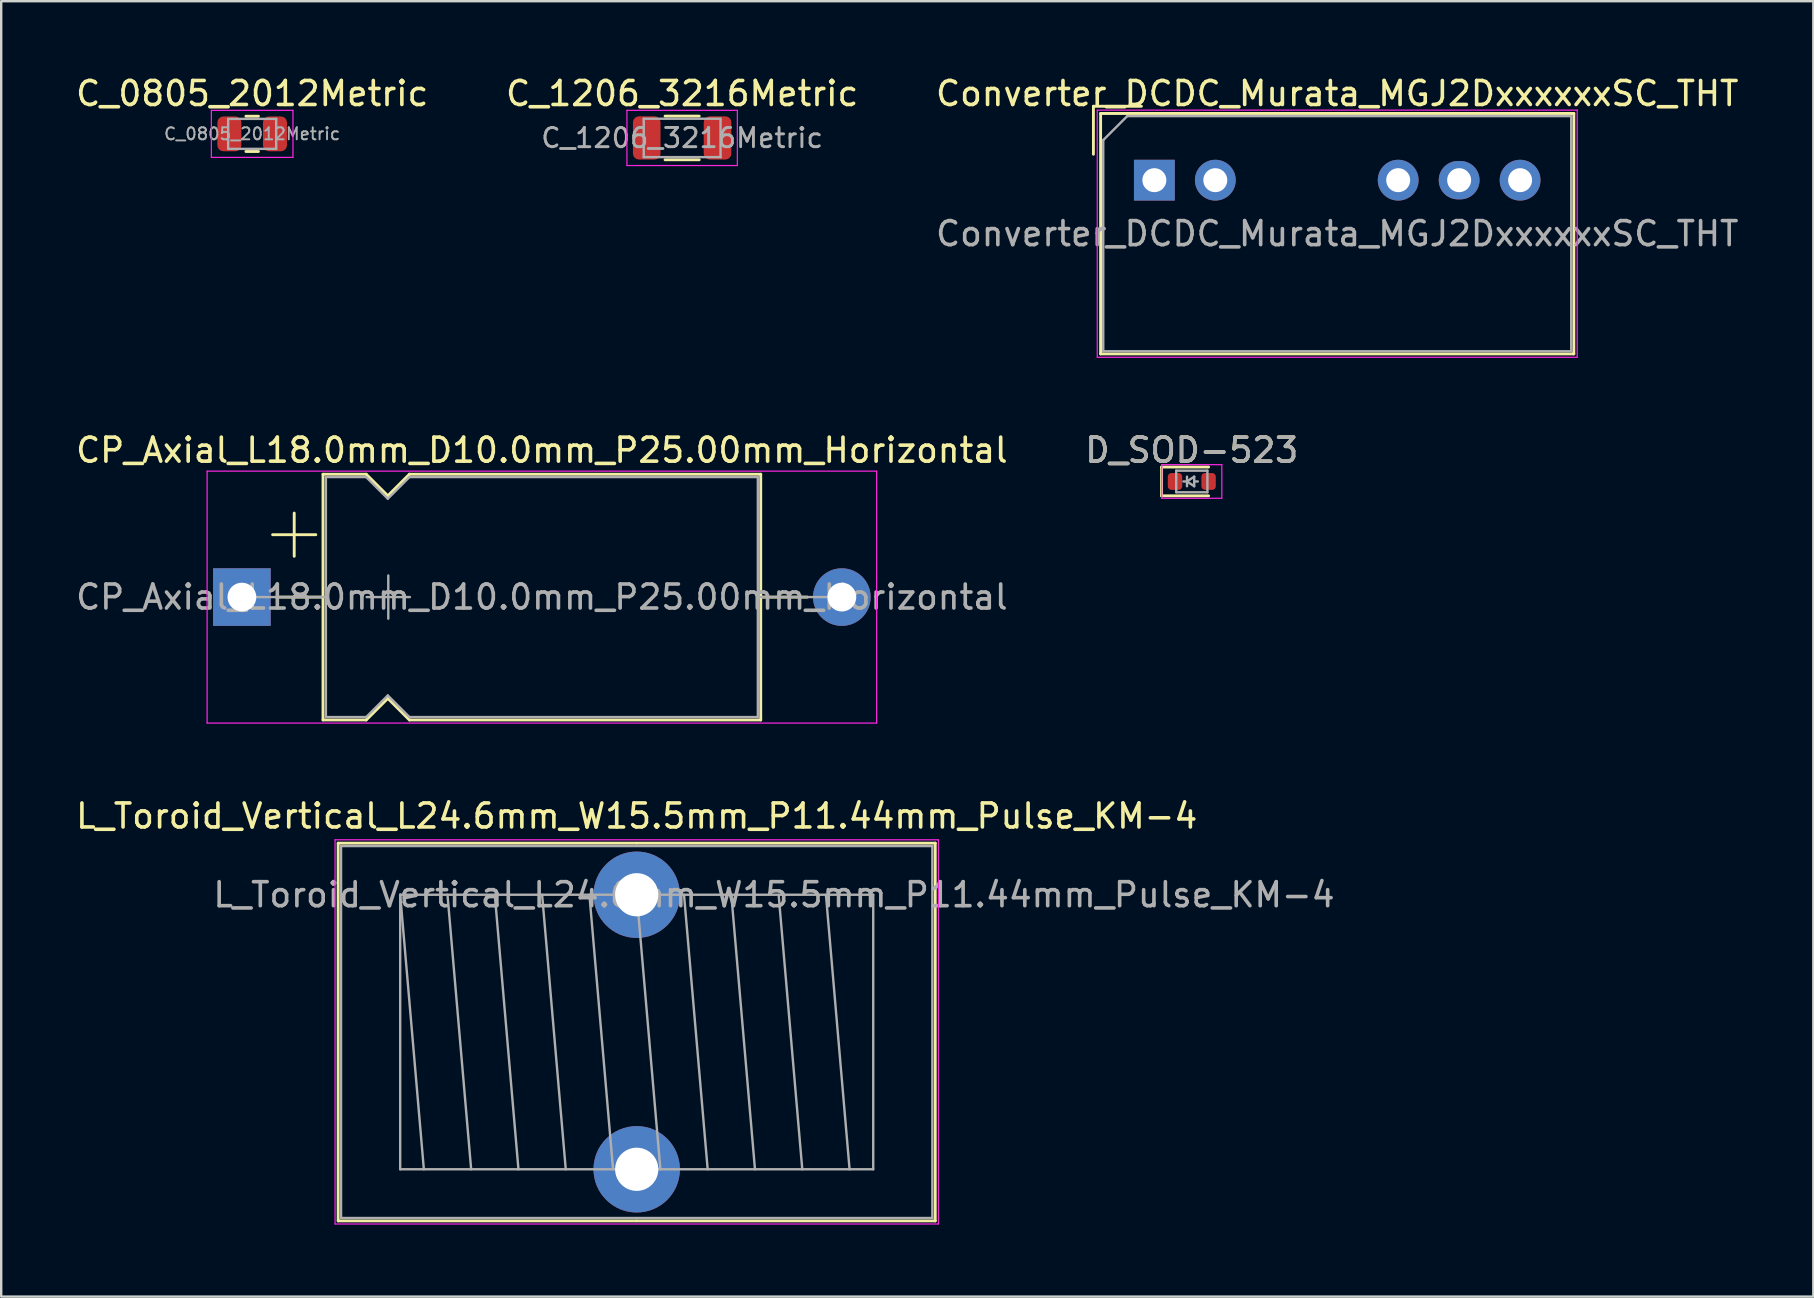
<source format=kicad_pcb>
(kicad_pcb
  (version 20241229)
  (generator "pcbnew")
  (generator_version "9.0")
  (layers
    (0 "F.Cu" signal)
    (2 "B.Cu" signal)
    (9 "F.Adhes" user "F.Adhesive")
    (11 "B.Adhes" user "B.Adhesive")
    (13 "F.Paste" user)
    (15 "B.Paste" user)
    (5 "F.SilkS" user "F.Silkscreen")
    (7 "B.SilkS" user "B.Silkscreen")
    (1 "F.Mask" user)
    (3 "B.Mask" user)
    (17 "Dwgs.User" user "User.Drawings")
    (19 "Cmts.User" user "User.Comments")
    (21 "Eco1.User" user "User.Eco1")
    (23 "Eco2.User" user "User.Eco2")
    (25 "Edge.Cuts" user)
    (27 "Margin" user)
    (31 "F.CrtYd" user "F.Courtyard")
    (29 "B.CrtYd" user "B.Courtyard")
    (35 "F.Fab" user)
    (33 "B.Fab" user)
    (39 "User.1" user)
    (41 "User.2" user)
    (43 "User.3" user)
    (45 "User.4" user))
  (footprint "C_1206_3216Metric"
    (layer "F.Cu")
    (at 25.375 2.698)
    (property "Reference" "C_1206_3216Metric" (at 0 -1.85 0) (layer "F.SilkS") (effects (font (size 1 1) (thickness 0.15))))
    (attr smd)
    (fp_line (start -0.711 -0.91) (end 0.711 -0.91) (stroke (width 0.12) (type solid)) (layer "F.SilkS"))
    (fp_line (start -0.711 0.91) (end 0.711 0.91) (stroke (width 0.12) (type solid)) (layer "F.SilkS"))
    (fp_line (start -2.3 -1.15) (end 2.3 -1.15) (stroke (width 0.05) (type solid)) (layer "F.CrtYd"))
    (fp_line (start -2.3 1.15) (end -2.3 -1.15) (stroke (width 0.05) (type solid)) (layer "F.CrtYd"))
    (fp_line (start 2.3 -1.15) (end 2.3 1.15) (stroke (width 0.05) (type solid)) (layer "F.CrtYd"))
    (fp_line (start 2.3 1.15) (end -2.3 1.15) (stroke (width 0.05) (type solid)) (layer "F.CrtYd"))
    (fp_line (start -1.6 -0.8) (end 1.6 -0.8) (stroke (width 0.1) (type solid)) (layer "F.Fab"))
    (fp_line (start -1.6 0.8) (end -1.6 -0.8) (stroke (width 0.1) (type solid)) (layer "F.Fab"))
    (fp_line (start 1.6 -0.8) (end 1.6 0.8) (stroke (width 0.1) (type solid)) (layer "F.Fab"))
    (fp_line (start 1.6 0.8) (end -1.6 0.8) (stroke (width 0.1) (type solid)) (layer "F.Fab"))
    (fp_text user "${REFERENCE}" (at 0 0 0) (layer "F.Fab") (effects (font (size 0.8 0.8) (thickness 0.12))))
    (pad "1" smd roundrect (at -1.475 0) (size 1.15 1.8) (layers "F.Cu" "F.Mask" "F.Paste") (roundrect_rratio 0.217))
    (pad "2" smd roundrect (at 1.475 0) (size 1.15 1.8) (layers "F.Cu" "F.Mask" "F.Paste") (roundrect_rratio 0.217)))
  (footprint "L_Toroid_Vertical_L24.6mm_W15.5mm_P11.44mm_Pulse_KM-4"
    (layer "F.Cu")
    (at 23.482 34.235)
    (property "Reference" "L_Toroid_Vertical_L24.6mm_W15.5mm_P11.44mm_Pulse_KM-4" (at 0 -3.28 0) (layer "F.SilkS") (effects (font (size 1 1) (thickness 0.15))))
    (attr through_hole)
    (fp_line (start -12.44 -2.15) (end -12.44 13.59) (stroke (width 0.12) (type solid)) (layer "F.SilkS"))
    (fp_line (start -12.44 -2.15) (end -0.016 -2.15) (stroke (width 0.12) (type solid)) (layer "F.SilkS"))
    (fp_line (start -12.44 13.59) (end -0.016 13.59) (stroke (width 0.12) (type solid)) (layer "F.SilkS"))
    (fp_line (start 0.016 -2.15) (end 12.44 -2.15) (stroke (width 0.12) (type solid)) (layer "F.SilkS"))
    (fp_line (start 0.016 13.59) (end 12.44 13.59) (stroke (width 0.12) (type solid)) (layer "F.SilkS"))
    (fp_line (start 12.44 -2.15) (end 12.44 13.59) (stroke (width 0.12) (type solid)) (layer "F.SilkS"))
    (fp_line (start -12.57 -2.29) (end -12.57 13.72) (stroke (width 0.05) (type solid)) (layer "F.CrtYd"))
    (fp_line (start -12.57 13.72) (end 12.57 13.72) (stroke (width 0.05) (type solid)) (layer "F.CrtYd"))
    (fp_line (start 12.57 -2.29) (end -12.57 -2.29) (stroke (width 0.05) (type solid)) (layer "F.CrtYd"))
    (fp_line (start 12.57 13.72) (end 12.57 -2.29) (stroke (width 0.05) (type solid)) (layer "F.CrtYd"))
    (fp_line (start -12.32 -2.03) (end -12.32 13.47) (stroke (width 0.1) (type solid)) (layer "F.Fab"))
    (fp_line (start -12.32 13.47) (end 12.32 13.47) (stroke (width 0.1) (type solid)) (layer "F.Fab"))
    (fp_line (start -9.856 0) (end -9.856 11.44) (stroke (width 0.1) (type solid)) (layer "F.Fab"))
    (fp_line (start -9.856 0) (end -8.87 11.44) (stroke (width 0.1) (type solid)) (layer "F.Fab"))
    (fp_line (start -9.856 11.44) (end 9.856 11.44) (stroke (width 0.1) (type solid)) (layer "F.Fab"))
    (fp_line (start -7.885 0) (end -6.899 11.44) (stroke (width 0.1) (type solid)) (layer "F.Fab"))
    (fp_line (start -5.914 0) (end -4.928 11.44) (stroke (width 0.1) (type solid)) (layer "F.Fab"))
    (fp_line (start -3.942 0) (end -2.957 11.44) (stroke (width 0.1) (type solid)) (layer "F.Fab"))
    (fp_line (start -1.971 0) (end -0.986 11.44) (stroke (width 0.1) (type solid)) (layer "F.Fab"))
    (fp_line (start 0 0) (end 0.986 11.44) (stroke (width 0.1) (type solid)) (layer "F.Fab"))
    (fp_line (start 1.971 0) (end 2.957 11.44) (stroke (width 0.1) (type solid)) (layer "F.Fab"))
    (fp_line (start 3.942 0) (end 4.928 11.44) (stroke (width 0.1) (type solid)) (layer "F.Fab"))
    (fp_line (start 5.914 0) (end 6.899 11.44) (stroke (width 0.1) (type solid)) (layer "F.Fab"))
    (fp_line (start 7.885 0) (end 8.87 11.44) (stroke (width 0.1) (type solid)) (layer "F.Fab"))
    (fp_line (start 9.856 0) (end -9.856 0) (stroke (width 0.1) (type solid)) (layer "F.Fab"))
    (fp_line (start 9.856 11.44) (end 9.856 0) (stroke (width 0.1) (type solid)) (layer "F.Fab"))
    (fp_line (start 12.32 -2.03) (end -12.32 -2.03) (stroke (width 0.1) (type solid)) (layer "F.Fab"))
    (fp_line (start 12.32 13.47) (end 12.32 -2.03) (stroke (width 0.1) (type solid)) (layer "F.Fab"))
    (fp_text user "${REFERENCE}" (at 5.72 0 0) (layer "F.Fab") (effects (font (size 1 1) (thickness 0.15))))
    (pad "1" thru_hole circle (at 0 0) (size 3.6 3.6) (drill 1.8) (layers "*.Cu" "*.Mask"))
    (pad "2" thru_hole circle (at 0 11.44) (size 3.6 3.6) (drill 1.8) (layers "*.Cu" "*.Mask")))
  (footprint "CP_Axial_L18.0mm_D10.0mm_P25.00mm_Horizontal"
    (layer "F.Cu")
    (at 7.03 21.831)
    (property "Reference" "CP_Axial_L18.0mm_D10.0mm_P25.00mm_Horizontal" (at 12.5 -6.12 0) (layer "F.SilkS") (effects (font (size 1 1) (thickness 0.15))))
    (attr through_hole)
    (fp_line (start 1.28 -2.6) (end 3.08 -2.6) (stroke (width 0.12) (type solid)) (layer "F.SilkS"))
    (fp_line (start 1.44 0) (end 3.38 0) (stroke (width 0.12) (type solid)) (layer "F.SilkS"))
    (fp_line (start 2.18 -3.5) (end 2.18 -1.7) (stroke (width 0.12) (type solid)) (layer "F.SilkS"))
    (fp_line (start 3.38 -5.12) (end 3.38 5.12) (stroke (width 0.12) (type solid)) (layer "F.SilkS"))
    (fp_line (start 3.38 -5.12) (end 5.18 -5.12) (stroke (width 0.12) (type solid)) (layer "F.SilkS"))
    (fp_line (start 3.38 5.12) (end 5.18 5.12) (stroke (width 0.12) (type solid)) (layer "F.SilkS"))
    (fp_line (start 5.18 -5.12) (end 6.08 -4.22) (stroke (width 0.12) (type solid)) (layer "F.SilkS"))
    (fp_line (start 5.18 5.12) (end 6.08 4.22) (stroke (width 0.12) (type solid)) (layer "F.SilkS"))
    (fp_line (start 6.08 -4.22) (end 6.98 -5.12) (stroke (width 0.12) (type solid)) (layer "F.SilkS"))
    (fp_line (start 6.08 4.22) (end 6.98 5.12) (stroke (width 0.12) (type solid)) (layer "F.SilkS"))
    (fp_line (start 6.98 -5.12) (end 21.62 -5.12) (stroke (width 0.12) (type solid)) (layer "F.SilkS"))
    (fp_line (start 6.98 5.12) (end 21.62 5.12) (stroke (width 0.12) (type solid)) (layer "F.SilkS"))
    (fp_line (start 21.62 -5.12) (end 21.62 5.12) (stroke (width 0.12) (type solid)) (layer "F.SilkS"))
    (fp_line (start 23.56 0) (end 21.62 0) (stroke (width 0.12) (type solid)) (layer "F.SilkS"))
    (fp_line (start -1.45 -5.25) (end -1.45 5.25) (stroke (width 0.05) (type solid)) (layer "F.CrtYd"))
    (fp_line (start -1.45 5.25) (end 26.45 5.25) (stroke (width 0.05) (type solid)) (layer "F.CrtYd"))
    (fp_line (start 26.45 -5.25) (end -1.45 -5.25) (stroke (width 0.05) (type solid)) (layer "F.CrtYd"))
    (fp_line (start 26.45 5.25) (end 26.45 -5.25) (stroke (width 0.05) (type solid)) (layer "F.CrtYd"))
    (fp_line (start 0 0) (end 3.5 0) (stroke (width 0.1) (type solid)) (layer "F.Fab"))
    (fp_line (start 3.5 -5) (end 3.5 5) (stroke (width 0.1) (type solid)) (layer "F.Fab"))
    (fp_line (start 3.5 -5) (end 5.18 -5) (stroke (width 0.1) (type solid)) (layer "F.Fab"))
    (fp_line (start 3.5 5) (end 5.18 5) (stroke (width 0.1) (type solid)) (layer "F.Fab"))
    (fp_line (start 5.18 -5) (end 6.08 -4.1) (stroke (width 0.1) (type solid)) (layer "F.Fab"))
    (fp_line (start 5.18 5) (end 6.08 4.1) (stroke (width 0.1) (type solid)) (layer "F.Fab"))
    (fp_line (start 5.2 0) (end 7 0) (stroke (width 0.1) (type solid)) (layer "F.Fab"))
    (fp_line (start 6.08 -4.1) (end 6.98 -5) (stroke (width 0.1) (type solid)) (layer "F.Fab"))
    (fp_line (start 6.08 4.1) (end 6.98 5) (stroke (width 0.1) (type solid)) (layer "F.Fab"))
    (fp_line (start 6.1 -0.9) (end 6.1 0.9) (stroke (width 0.1) (type solid)) (layer "F.Fab"))
    (fp_line (start 6.98 -5) (end 21.5 -5) (stroke (width 0.1) (type solid)) (layer "F.Fab"))
    (fp_line (start 6.98 5) (end 21.5 5) (stroke (width 0.1) (type solid)) (layer "F.Fab"))
    (fp_line (start 21.5 -5) (end 21.5 5) (stroke (width 0.1) (type solid)) (layer "F.Fab"))
    (fp_line (start 25 0) (end 21.5 0) (stroke (width 0.1) (type solid)) (layer "F.Fab"))
    (fp_text user "${REFERENCE}" (at 12.5 0 0) (layer "F.Fab") (effects (font (size 1 1) (thickness 0.15))))
    (pad "1" thru_hole rect (at 0 0) (size 2.4 2.4) (drill 1.2) (layers "*.Cu" "*.Mask"))
    (pad "2" thru_hole oval (at 25 0) (size 2.4 2.4) (drill 1.2) (layers "*.Cu" "*.Mask")))
  (footprint "C_0805_2012Metric"
    (layer "F.Cu")
    (at 7.458 2.528)
    (property "Reference" "C_0805_2012Metric" (at 0 -1.68 0) (layer "F.SilkS") (effects (font (size 1 1) (thickness 0.15))))
    (attr smd)
    (fp_line (start -0.261 -0.735) (end 0.261 -0.735) (stroke (width 0.12) (type solid)) (layer "F.SilkS"))
    (fp_line (start -0.261 0.735) (end 0.261 0.735) (stroke (width 0.12) (type solid)) (layer "F.SilkS"))
    (fp_line (start -1.7 -0.98) (end 1.7 -0.98) (stroke (width 0.05) (type solid)) (layer "F.CrtYd"))
    (fp_line (start -1.7 0.98) (end -1.7 -0.98) (stroke (width 0.05) (type solid)) (layer "F.CrtYd"))
    (fp_line (start 1.7 -0.98) (end 1.7 0.98) (stroke (width 0.05) (type solid)) (layer "F.CrtYd"))
    (fp_line (start 1.7 0.98) (end -1.7 0.98) (stroke (width 0.05) (type solid)) (layer "F.CrtYd"))
    (fp_line (start -1 -0.625) (end 1 -0.625) (stroke (width 0.1) (type solid)) (layer "F.Fab"))
    (fp_line (start -1 0.625) (end -1 -0.625) (stroke (width 0.1) (type solid)) (layer "F.Fab"))
    (fp_line (start 1 -0.625) (end 1 0.625) (stroke (width 0.1) (type solid)) (layer "F.Fab"))
    (fp_line (start 1 0.625) (end -1 0.625) (stroke (width 0.1) (type solid)) (layer "F.Fab"))
    (fp_text user "${REFERENCE}" (at 0 0 0) (layer "F.Fab") (effects (font (size 0.5 0.5) (thickness 0.08))))
    (pad "1" smd roundrect (at -0.95 0) (size 1 1.45) (layers "F.Cu" "F.Mask" "F.Paste") (roundrect_rratio 0.25))
    (pad "2" smd roundrect (at 0.95 0) (size 1 1.45) (layers "F.Cu" "F.Mask" "F.Paste") (roundrect_rratio 0.25)))
  (footprint "Converter_DCDC_Murata_MGJ2DxxxxxxSC_THT"
    (layer "F.Cu")
    (at 45.053 4.458)
    (property "Reference" "Converter_DCDC_Murata_MGJ2DxxxxxxSC_THT" (at 7.62 -3.61 0) (layer "F.SilkS") (effects (font (size 1 1) (thickness 0.15))))
    (attr through_hole)
    (fp_line (start -2.54 -3.08) (end -0.54 -3.08) (stroke (width 0.12) (type solid)) (layer "F.SilkS"))
    (fp_line (start -2.54 -1.08) (end -2.54 -3.08) (stroke (width 0.12) (type solid)) (layer "F.SilkS"))
    (fp_line (start -2.24 -2.78) (end -2.24 7.24) (stroke (width 0.12) (type solid)) (layer "F.SilkS"))
    (fp_line (start -2.24 -2.78) (end 17.48 -2.78) (stroke (width 0.12) (type solid)) (layer "F.SilkS"))
    (fp_line (start -2.24 7.24) (end 17.48 7.24) (stroke (width 0.12) (type solid)) (layer "F.SilkS"))
    (fp_line (start 17.48 -2.78) (end 17.48 7.24) (stroke (width 0.12) (type solid)) (layer "F.SilkS"))
    (fp_line (start -2.38 -2.92) (end -2.38 7.38) (stroke (width 0.05) (type solid)) (layer "F.CrtYd"))
    (fp_line (start -2.38 -2.92) (end 17.62 -2.92) (stroke (width 0.05) (type solid)) (layer "F.CrtYd"))
    (fp_line (start -2.38 7.38) (end 17.62 7.38) (stroke (width 0.05) (type solid)) (layer "F.CrtYd"))
    (fp_line (start 17.62 -2.92) (end 17.62 7.38) (stroke (width 0.05) (type solid)) (layer "F.CrtYd"))
    (fp_line (start -2.13 -1.67) (end -1.13 -2.67) (stroke (width 0.1) (type solid)) (layer "F.Fab"))
    (fp_line (start -2.13 7.13) (end -2.13 -1.67) (stroke (width 0.1) (type solid)) (layer "F.Fab"))
    (fp_line (start -1.13 -2.67) (end 17.37 -2.67) (stroke (width 0.1) (type solid)) (layer "F.Fab"))
    (fp_line (start 17.37 -2.67) (end 17.37 7.13) (stroke (width 0.1) (type solid)) (layer "F.Fab"))
    (fp_line (start 17.37 7.13) (end -2.13 7.13) (stroke (width 0.1) (type solid)) (layer "F.Fab"))
    (fp_text user "${REFERENCE}" (at 7.62 2.23 0) (layer "F.Fab") (effects (font (size 1 1) (thickness 0.15))))
    (pad "1" thru_hole rect (at 0 0) (size 1.7 1.7) (drill 1) (layers "*.Cu" "*.Mask"))
    (pad "2" thru_hole oval (at 2.54 0) (size 1.7 1.7) (drill 1) (layers "*.Cu" "*.Mask"))
    (pad "5" thru_hole oval (at 10.16 0) (size 1.7 1.7) (drill 1) (layers "*.Cu" "*.Mask"))
    (pad "6" thru_hole oval (at 12.7 0) (size 1.7 1.6) (drill 1) (layers "*.Cu" "*.Mask"))
    (pad "7" thru_hole oval (at 15.24 0) (size 1.7 1.7) (drill 1) (layers "*.Cu" "*.Mask")))
  (footprint "D_SOD-523"
    (layer "F.Cu")
    (at 46.613 17.012)
    (property "Reference" "D_SOD-523" (at 0 -1.3 0) (layer "F.SilkS") (effects (font (size 1 1) (thickness 0.15))))
    (attr smd)
    (fp_line (start -1.26 -0.6) (end -1.26 0.6) (stroke (width 0.12) (type solid)) (layer "F.SilkS"))
    (fp_line (start 0.7 -0.6) (end -1.26 -0.6) (stroke (width 0.12) (type solid)) (layer "F.SilkS"))
    (fp_line (start 0.7 0.6) (end -1.26 0.6) (stroke (width 0.12) (type solid)) (layer "F.SilkS"))
    (fp_line (start -1.25 -0.7) (end 1.25 -0.7) (stroke (width 0.05) (type solid)) (layer "F.CrtYd"))
    (fp_line (start -1.25 0.7) (end -1.25 -0.7) (stroke (width 0.05) (type solid)) (layer "F.CrtYd"))
    (fp_line (start 1.25 -0.7) (end 1.25 0.7) (stroke (width 0.05) (type solid)) (layer "F.CrtYd"))
    (fp_line (start 1.25 0.7) (end -1.25 0.7) (stroke (width 0.05) (type solid)) (layer "F.CrtYd"))
    (fp_line (start -0.65 -0.45) (end 0.65 -0.45) (stroke (width 0.1) (type solid)) (layer "F.Fab"))
    (fp_line (start -0.65 0.45) (end -0.65 -0.45) (stroke (width 0.1) (type solid)) (layer "F.Fab"))
    (fp_line (start -0.2 0) (end -0.35 0) (stroke (width 0.1) (type solid)) (layer "F.Fab"))
    (fp_line (start -0.2 0) (end 0.1 0.2) (stroke (width 0.1) (type solid)) (layer "F.Fab"))
    (fp_line (start -0.2 0.2) (end -0.2 -0.2) (stroke (width 0.1) (type solid)) (layer "F.Fab"))
    (fp_line (start 0.1 -0.2) (end -0.2 0) (stroke (width 0.1) (type solid)) (layer "F.Fab"))
    (fp_line (start 0.1 0) (end 0.25 0) (stroke (width 0.1) (type solid)) (layer "F.Fab"))
    (fp_line (start 0.1 0.2) (end 0.1 -0.2) (stroke (width 0.1) (type solid)) (layer "F.Fab"))
    (fp_line (start 0.65 -0.45) (end 0.65 0.45) (stroke (width 0.1) (type solid)) (layer "F.Fab"))
    (fp_line (start 0.65 0.45) (end -0.65 0.45) (stroke (width 0.1) (type solid)) (layer "F.Fab"))
    (fp_text user "${REFERENCE}" (at 0 -1.3 0) (layer "F.Fab") (effects (font (size 1 1) (thickness 0.15))))
    (pad "1" smd roundrect (at -0.7 0 180) (size 0.6 0.7) (layers "F.Cu" "F.Mask" "F.Paste") (roundrect_rratio 0.25))
    (pad "2" smd roundrect (at 0.7 0 180) (size 0.6 0.7) (layers "F.Cu" "F.Mask" "F.Paste") (roundrect_rratio 0.25)))
  (gr_rect
    (start -3 -3)
    (end 72.512 50.98)
    (stroke (width 0.1) (type default))
    (fill no)
    (layer "Edge.Cuts")))
</source>
